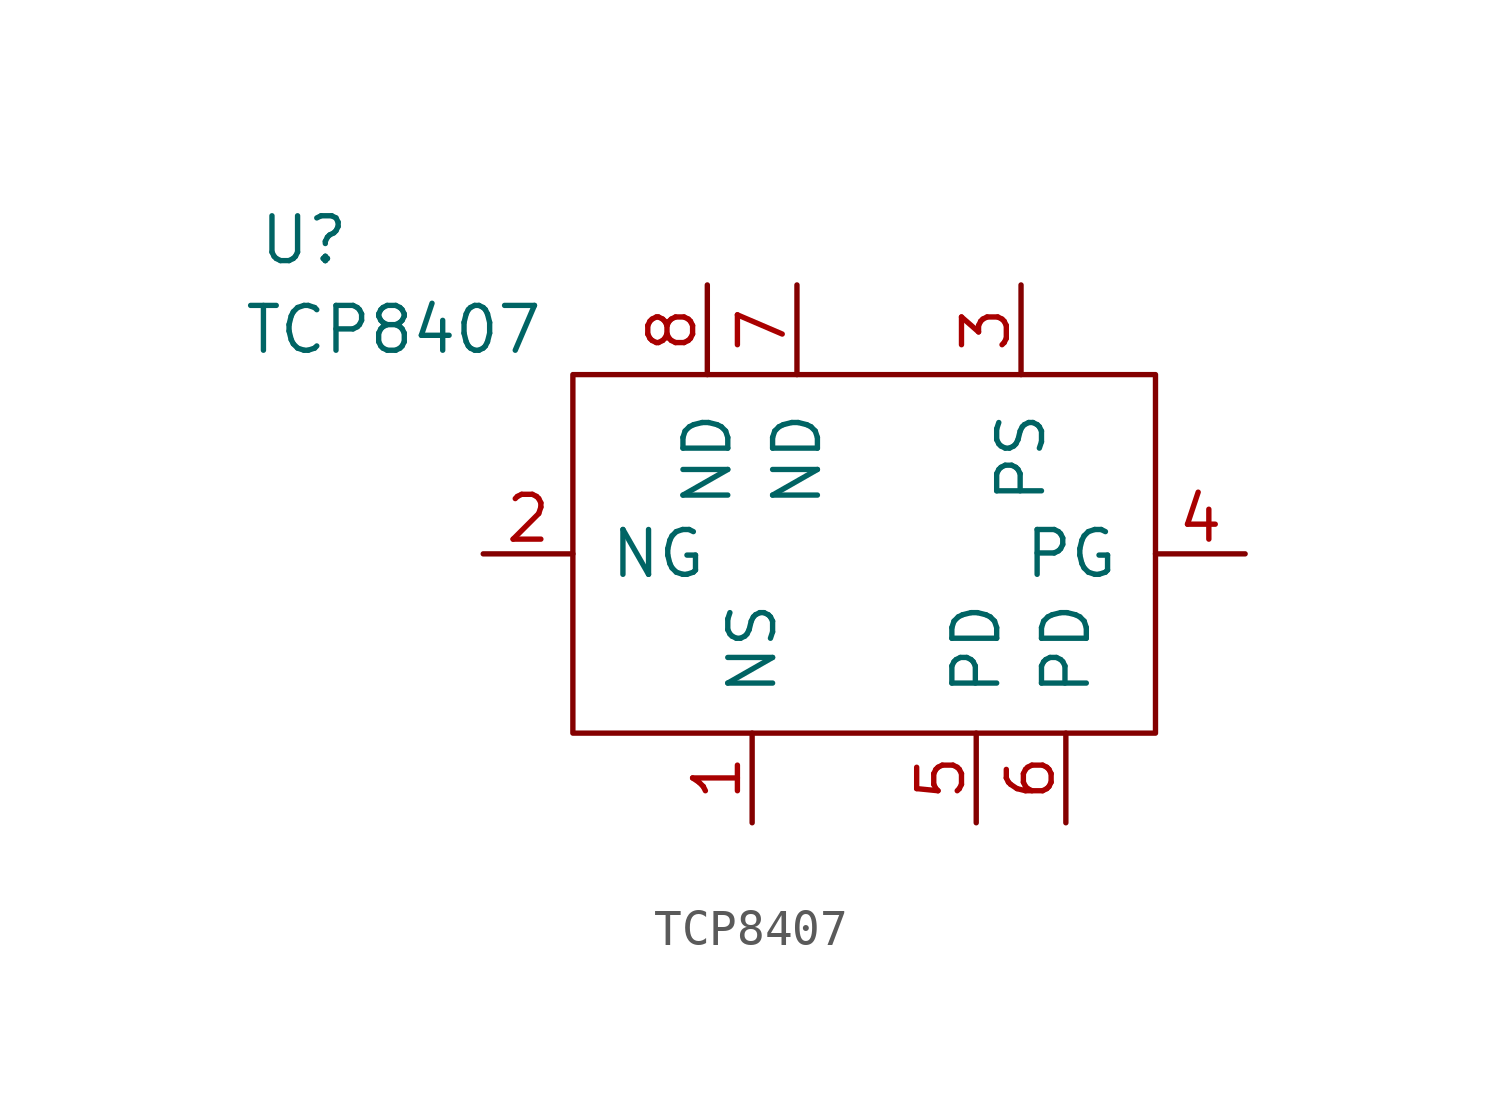
<source format=kicad_sym>
(kicad_symbol_lib
  (version 20211014)
  (generator kicad_symbol_editor)
  (symbol "TCP8407"
    (pin_names
      (offset 1.016))
    (property "Reference" "U"
      (at -7.62 3.81 0)
      (effects (font (size 1.27 1.27))))
    (property "Value" "TCP8407"
      (at -5.08 1.27 0)
      (effects (font (size 1.27 1.27))))
    (symbol "TCP8407_0_1"
      (rectangle (start 0 0) (end 16.51 -10.16) (stroke (width 0) (type default) (color 0 0 0 0)) (fill (type none))))
    (symbol "TCP8407_1_1"
      (pin passive line (at 5.08 -12.7 90) (length 2.54) (name "NS" (effects (font (size 1.27 1.27)))) (number "1" (effects (font (size 1.27 1.27)))))
      (pin passive line (at -2.54 -5.08 0) (length 2.54) (name "NG" (effects (font (size 1.27 1.27)))) (number "2" (effects (font (size 1.27 1.27)))))
      (pin passive line (at 12.7 2.54 270) (length 2.54) (name "PS" (effects (font (size 1.27 1.27)))) (number "3" (effects (font (size 1.27 1.27)))))
      (pin passive line (at 19.05 -5.08 180) (length 2.54) (name "PG" (effects (font (size 1.27 1.27)))) (number "4" (effects (font (size 1.27 1.27)))))
      (pin passive line (at 11.43 -12.7 90) (length 2.54) (name "PD" (effects (font (size 1.27 1.27)))) (number "5" (effects (font (size 1.27 1.27)))))
      (pin passive line (at 13.97 -12.7 90) (length 2.54) (name "PD" (effects (font (size 1.27 1.27)))) (number "6" (effects (font (size 1.27 1.27)))))
      (pin passive line (at 6.35 2.54 270) (length 2.54) (name "ND" (effects (font (size 1.27 1.27)))) (number "7" (effects (font (size 1.27 1.27)))))
      (pin passive line (at 3.81 2.54 270) (length 2.54) (name "ND" (effects (font (size 1.27 1.27)))) (number "8" (effects (font (size 1.27 1.27))))))))
</source>
